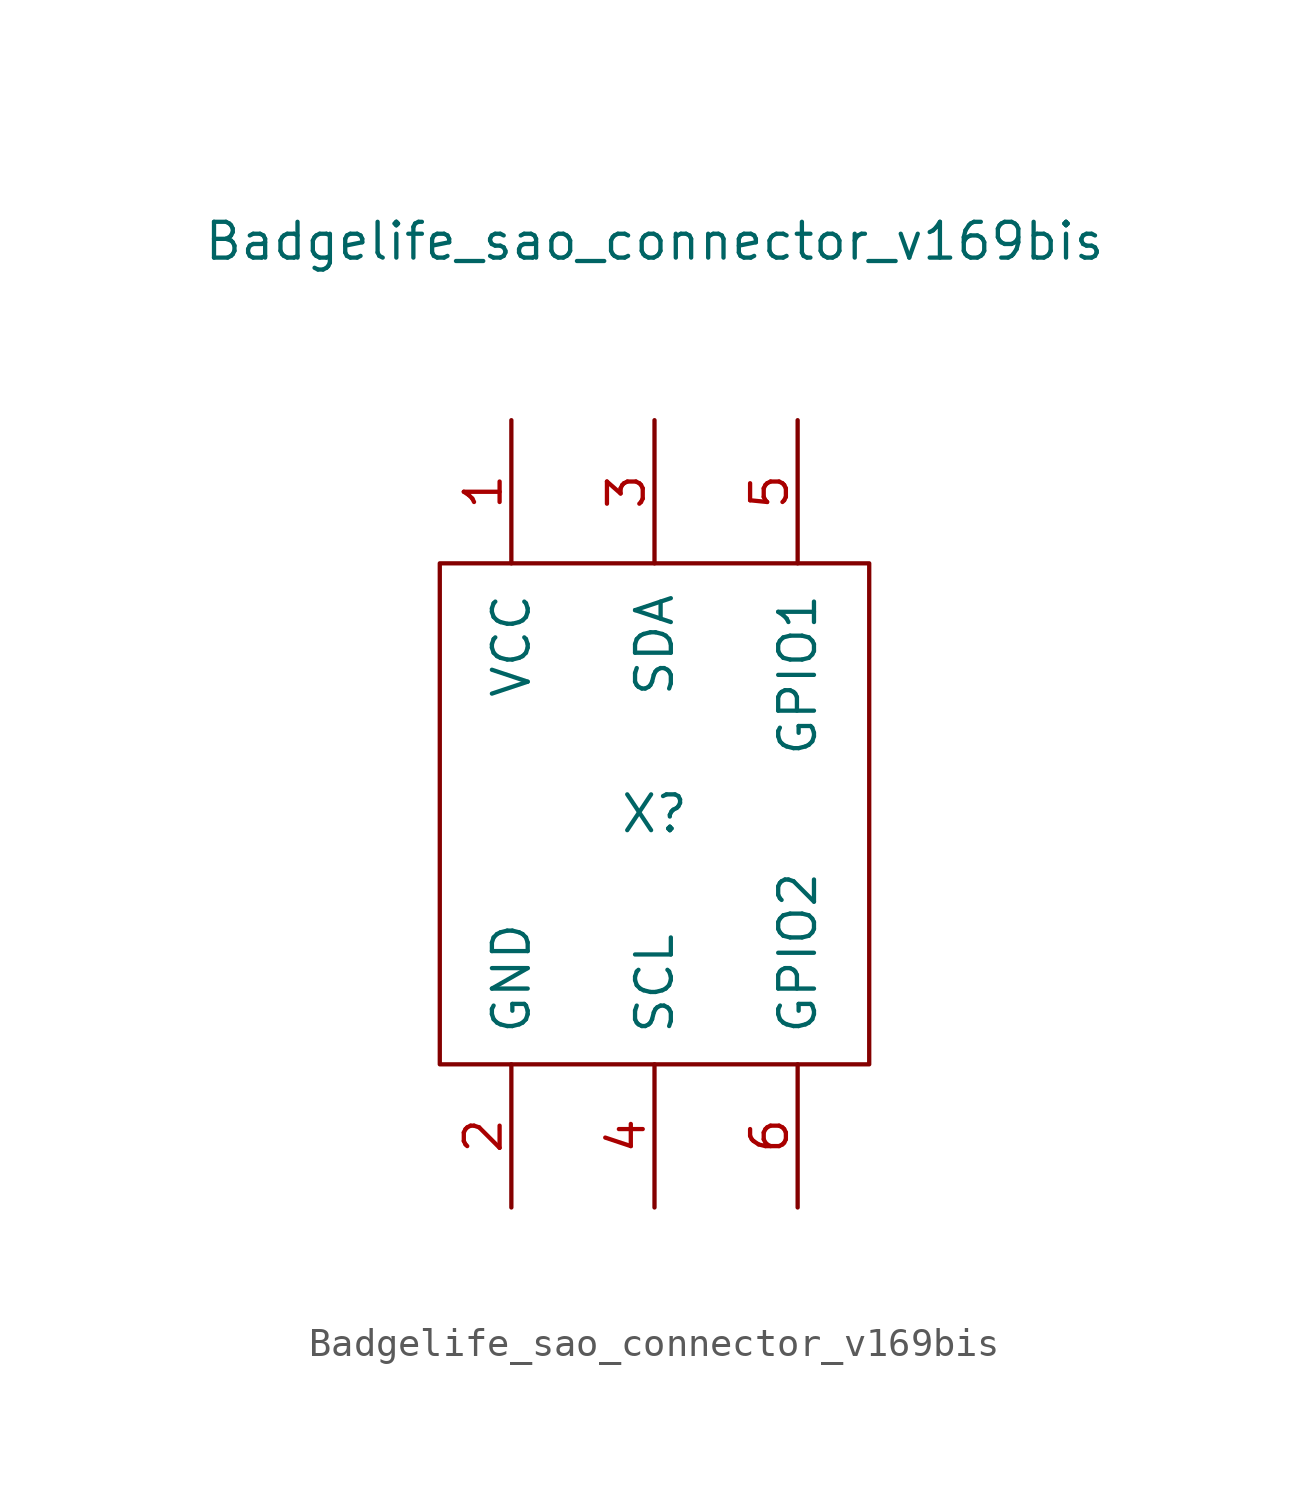
<source format=kicad_sym>
(kicad_symbol_lib
  (version 20231120)
  (generator "kicad_symbol_editor")
  (generator_version "8.0")
  (symbol "Badgelife_sao_connector_v169bis"
    (pin_names
      (offset 1.016))
    (property "Reference" "X"
      (at 0 0 0)
      (effects (font (size 1.27 1.27))))
    (property "Value" "Badgelife_sao_connector_v169bis"
      (at 0 20.32 0)
      (effects (font (size 1.27 1.27))))
    (symbol "Badgelife_sao_connector_v169bis_0_1"
      (rectangle (start -7.62 8.89) (end 7.62 -8.89) (stroke (width 0) (type solid)) (fill (type none))))
    (symbol "Badgelife_sao_connector_v169bis_1_1"
      (pin input line (at -5.08 13.97 270) (length 5.08) (name "VCC" (effects (font (size 1.27 1.27)))) (number "1" (effects (font (size 1.27 1.27)))))
      (pin input line (at -5.08 -13.97 90) (length 5.08) (name "GND" (effects (font (size 1.27 1.27)))) (number "2" (effects (font (size 1.27 1.27)))))
      (pin input line (at 0 13.97 270) (length 5.08) (name "SDA" (effects (font (size 1.27 1.27)))) (number "3" (effects (font (size 1.27 1.27)))))
      (pin input line (at 0 -13.97 90) (length 5.08) (name "SCL" (effects (font (size 1.27 1.27)))) (number "4" (effects (font (size 1.27 1.27)))))
      (pin input line (at 5.08 13.97 270) (length 5.08) (name "GPIO1" (effects (font (size 1.27 1.27)))) (number "5" (effects (font (size 1.27 1.27)))))
      (pin input line (at 5.08 -13.97 90) (length 5.08) (name "GPIO2" (effects (font (size 1.27 1.27)))) (number "6" (effects (font (size 1.27 1.27))))))))
</source>
